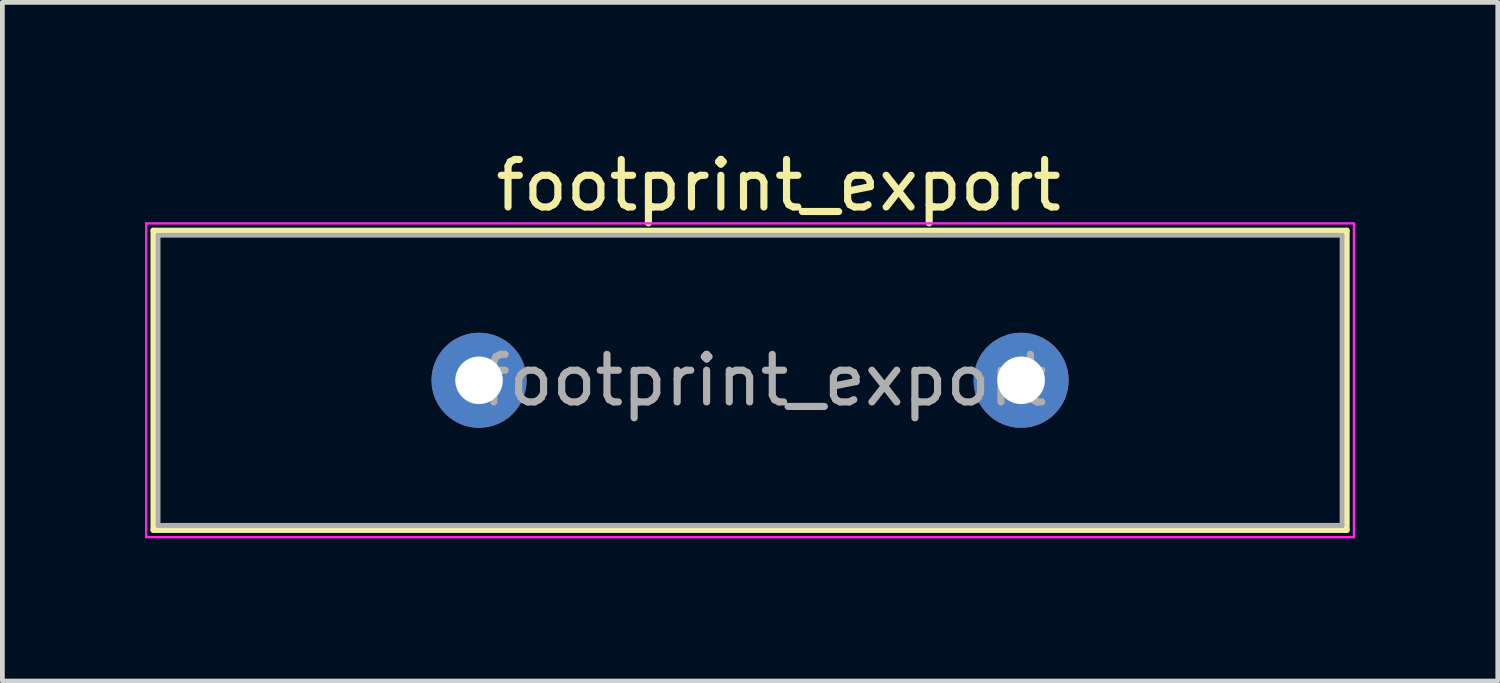
<source format=kicad_pcb>
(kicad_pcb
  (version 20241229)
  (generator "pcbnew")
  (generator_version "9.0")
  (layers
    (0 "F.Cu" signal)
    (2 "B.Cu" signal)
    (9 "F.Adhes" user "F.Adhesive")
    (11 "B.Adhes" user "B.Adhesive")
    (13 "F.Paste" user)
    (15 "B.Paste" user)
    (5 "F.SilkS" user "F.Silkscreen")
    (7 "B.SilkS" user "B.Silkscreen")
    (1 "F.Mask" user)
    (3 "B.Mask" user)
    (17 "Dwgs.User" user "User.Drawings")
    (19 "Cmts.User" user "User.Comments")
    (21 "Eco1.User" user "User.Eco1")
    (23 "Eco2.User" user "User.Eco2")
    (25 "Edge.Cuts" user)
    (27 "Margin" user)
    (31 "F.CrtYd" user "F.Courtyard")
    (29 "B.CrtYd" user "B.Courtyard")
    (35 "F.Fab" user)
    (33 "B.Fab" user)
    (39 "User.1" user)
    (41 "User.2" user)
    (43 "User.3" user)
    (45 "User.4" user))
  (footprint "footprint_export"
    (layer "F.Cu")
    (at 7.025 4.948)
    (property "Reference" "footprint_export" (at 6.3 -4.1 0) (layer "F.SilkS") (effects (font (size 1 1) (thickness 0.15))))
    (attr through_hole)
    (fp_line (start -6.85 -3.15) (end -6.85 3.15) (stroke (width 0.12) (type solid)) (layer "F.SilkS"))
    (fp_line (start -6.85 -3.15) (end 18.25 -3.15) (stroke (width 0.12) (type solid)) (layer "F.SilkS"))
    (fp_line (start 18.25 3.15) (end -6.85 3.15) (stroke (width 0.12) (type solid)) (layer "F.SilkS"))
    (fp_line (start 18.25 3.15) (end 18.25 -3.15) (stroke (width 0.12) (type solid)) (layer "F.SilkS"))
    (fp_line (start -7 -3.3) (end -7 3.3) (stroke (width 0.05) (type solid)) (layer "F.CrtYd"))
    (fp_line (start -7 -3.3) (end 18.4 -3.3) (stroke (width 0.05) (type solid)) (layer "F.CrtYd"))
    (fp_line (start 18.4 3.3) (end -7 3.3) (stroke (width 0.05) (type solid)) (layer "F.CrtYd"))
    (fp_line (start 18.4 3.3) (end 18.4 -3.3) (stroke (width 0.05) (type solid)) (layer "F.CrtYd"))
    (fp_line (start -6.75 -3.05) (end -6.75 3.05) (stroke (width 0.1) (type solid)) (layer "F.Fab"))
    (fp_line (start -6.75 3.05) (end 18.15 3.05) (stroke (width 0.1) (type solid)) (layer "F.Fab"))
    (fp_line (start 18.15 -3.05) (end -6.75 -3.05) (stroke (width 0.1) (type solid)) (layer "F.Fab"))
    (fp_line (start 18.15 3.05) (end 18.15 -3.05) (stroke (width 0.1) (type solid)) (layer "F.Fab"))
    (fp_text user "${REFERENCE}" (at 6 0 0) (layer "F.Fab") (effects (font (size 1 1) (thickness 0.15))))
    (pad "1" thru_hole circle (at 0 0) (size 2 2) (drill 1) (layers "*.Cu" "*.Mask"))
    (pad "2" thru_hole circle (at 11.4 0) (size 2 2) (drill 1) (layers "*.Cu" "*.Mask")))
  (gr_rect
    (start -3 -3)
    (end 28.45 11.273)
    (stroke (width 0.1) (type default))
    (fill no)
    (layer "Edge.Cuts")))
</source>
